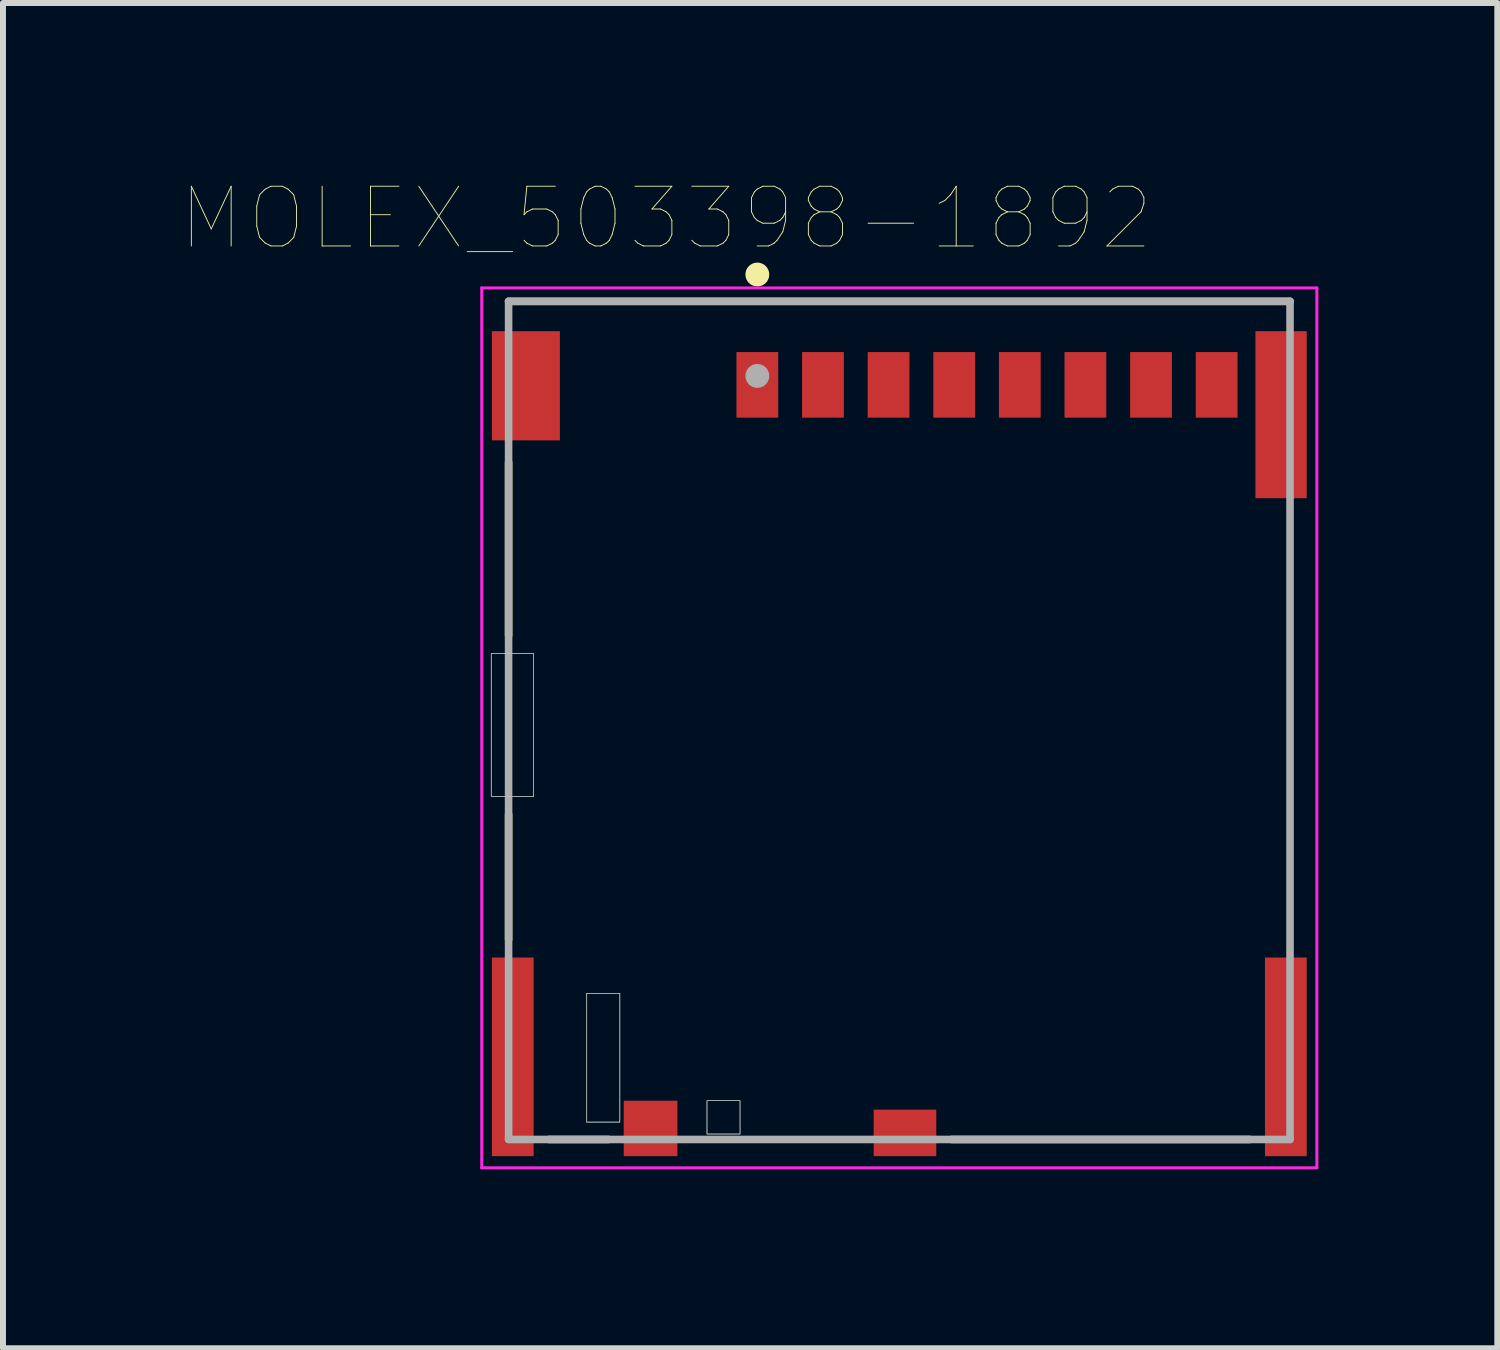
<source format=kicad_pcb>
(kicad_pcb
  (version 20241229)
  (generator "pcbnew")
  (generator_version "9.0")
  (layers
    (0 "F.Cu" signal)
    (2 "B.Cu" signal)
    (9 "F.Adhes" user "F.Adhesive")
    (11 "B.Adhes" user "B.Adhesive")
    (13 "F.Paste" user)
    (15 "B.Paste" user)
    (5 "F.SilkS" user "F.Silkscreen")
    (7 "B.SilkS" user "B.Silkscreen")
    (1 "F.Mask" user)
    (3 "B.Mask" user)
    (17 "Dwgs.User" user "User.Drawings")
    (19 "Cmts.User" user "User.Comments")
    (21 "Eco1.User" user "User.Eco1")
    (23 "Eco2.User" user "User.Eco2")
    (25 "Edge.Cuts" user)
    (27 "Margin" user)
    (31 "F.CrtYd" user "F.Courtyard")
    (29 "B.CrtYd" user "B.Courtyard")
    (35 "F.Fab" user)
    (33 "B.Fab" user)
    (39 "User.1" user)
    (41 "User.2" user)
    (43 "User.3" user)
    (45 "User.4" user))
  (footprint "MOLEX_503398-1892"
    (layer "F.Cu")
    (at 12.026 9.027)
    (property "Reference" "MOLEX_503398-1892" (at -3.908 -8.416 0) (layer "F.SilkS") (effects (font (size 1.001 1.001) (thickness 0.015))))
    (attr through_hole)
    (fp_line (start -6.55 -7.025) (end 6.55 -7.025) (stroke (width 0.127) (type solid)) (layer "F.SilkS"))
    (fp_line (start -6.55 -4.325) (end -6.55 -1.425) (stroke (width 0.127) (type solid)) (layer "F.SilkS"))
    (fp_line (start -6.55 1.575) (end -6.55 3.675) (stroke (width 0.127) (type solid)) (layer "F.SilkS"))
    (fp_line (start -5.876 7.025) (end -4.874 7.025) (stroke (width 0.127) (type solid)) (layer "F.SilkS"))
    (fp_line (start 0.874 7.025) (end 5.876 7.025) (stroke (width 0.127) (type solid)) (layer "F.SilkS"))
    (fp_circle (center -2.38 -7.475) (end -2.28 -7.475) (stroke (width 0.2) (type solid)) (fill no) (layer "F.SilkS"))
    (fp_poly (pts (xy -6.842 -1.125) (xy -6.13 -1.125) (xy -6.13 1.277) (xy -6.842 1.277)) (stroke (width 0.01) (type solid)) (fill no) (layer "Dwgs.User"))
    (fp_poly (pts (xy -6.836 -1.125) (xy -6.13 -1.125) (xy -6.13 1.276) (xy -6.836 1.276)) (stroke (width 0.01) (type solid)) (fill no) (layer "Dwgs.User"))
    (fp_poly (pts (xy -5.245 4.575) (xy -4.685 4.575) (xy -4.685 6.738) (xy -5.245 6.738)) (stroke (width 0.01) (type solid)) (fill no) (layer "Dwgs.User"))
    (fp_poly (pts (xy -5.239 4.575) (xy -4.685 4.575) (xy -4.685 6.73) (xy -5.239 6.73)) (stroke (width 0.01) (type solid)) (fill no) (layer "Dwgs.User"))
    (fp_poly (pts (xy -3.225 6.375) (xy -2.67 6.375) (xy -2.67 6.937) (xy -3.225 6.937)) (stroke (width 0.01) (type solid)) (fill no) (layer "Dwgs.User"))
    (fp_poly (pts (xy -3.223 6.375) (xy -2.67 6.375) (xy -2.67 6.93) (xy -3.223 6.93)) (stroke (width 0.01) (type solid)) (fill no) (layer "Dwgs.User"))
    (fp_poly (pts (xy -3.17 -3.725) (xy -3.17 1.275) (xy -3.82 1.275) (xy -3.82 3.875) (xy 0.57 3.875) (xy 0.57 5.125) (xy -1.73 5.125) (xy -1.73 7.305) (xy -0.43 7.305) (xy -0.43 6.525) (xy 6.13 6.525) (xy 6.13 3.975) (xy 6.83 3.975) (xy 6.83 -3.725)) (stroke (width 0.0001) (type solid)) (fill no) (layer "Dwgs.User"))
    (fp_poly (pts (xy -3.17 -3.725) (xy -3.17 1.275) (xy -3.82 1.275) (xy -3.82 3.875) (xy 0.57 3.875) (xy 0.57 5.125) (xy -1.73 5.125) (xy -1.73 7.305) (xy -0.43 7.305) (xy -0.43 6.525) (xy 6.13 6.525) (xy 6.13 3.975) (xy 6.83 3.975) (xy 6.83 -3.725)) (stroke (width 0.0001) (type solid)) (fill no) (layer "Dwgs.User"))
    (fp_line (start -7 -7.25) (end 7 -7.25) (stroke (width 0.05) (type solid)) (layer "F.CrtYd"))
    (fp_line (start -7 7.5) (end -7 -7.25) (stroke (width 0.05) (type solid)) (layer "F.CrtYd"))
    (fp_line (start 7 -7.25) (end 7 7.5) (stroke (width 0.05) (type solid)) (layer "F.CrtYd"))
    (fp_line (start 7 7.5) (end -7 7.5) (stroke (width 0.05) (type solid)) (layer "F.CrtYd"))
    (fp_line (start -6.55 -7.025) (end 6.55 -7.025) (stroke (width 0.127) (type solid)) (layer "F.Fab"))
    (fp_line (start -6.55 7.025) (end -6.55 -7.025) (stroke (width 0.127) (type solid)) (layer "F.Fab"))
    (fp_line (start 6.55 -7.025) (end 6.55 7.025) (stroke (width 0.127) (type solid)) (layer "F.Fab"))
    (fp_line (start 6.55 7.025) (end -6.55 7.025) (stroke (width 0.127) (type solid)) (layer "F.Fab"))
    (fp_circle (center -2.38 -5.775) (end -2.28 -5.775) (stroke (width 0.2) (type solid)) (fill no) (layer "F.Fab"))
    (pad "1" smd rect (at -2.38 -5.625) (size 0.7 1.1) (layers "F.Cu" "F.Mask" "F.Paste"))
    (pad "2" smd rect (at -1.28 -5.625) (size 0.7 1.1) (layers "F.Cu" "F.Mask" "F.Paste"))
    (pad "3" smd rect (at -0.18 -5.625) (size 0.7 1.1) (layers "F.Cu" "F.Mask" "F.Paste"))
    (pad "4" smd rect (at 0.92 -5.625) (size 0.7 1.1) (layers "F.Cu" "F.Mask" "F.Paste"))
    (pad "5" smd rect (at 2.02 -5.625) (size 0.7 1.1) (layers "F.Cu" "F.Mask" "F.Paste"))
    (pad "6" smd rect (at 3.12 -5.625) (size 0.7 1.1) (layers "F.Cu" "F.Mask" "F.Paste"))
    (pad "7" smd rect (at 4.22 -5.625) (size 0.7 1.1) (layers "F.Cu" "F.Mask" "F.Paste"))
    (pad "8" smd rect (at 5.32 -5.625) (size 0.7 1.1) (layers "F.Cu" "F.Mask" "F.Paste"))
    (pad "9" smd rect (at -4.17 6.84) (size 0.9 0.93) (layers "F.Cu" "F.Mask" "F.Paste"))
    (pad "10" smd rect (at 0.095 6.915) (size 1.05 0.78) (layers "F.Cu" "F.Mask" "F.Paste"))
    (pad "P1" smd rect (at -6.26 -5.61) (size 1.14 1.83) (layers "F.Cu" "F.Mask" "F.Paste"))
    (pad "P2" smd rect (at 6.4 -5.125) (size 0.86 2.8) (layers "F.Cu" "F.Mask" "F.Paste"))
    (pad "P3" smd rect (at -6.48 5.64) (size 0.7 3.33) (layers "F.Cu" "F.Mask" "F.Paste"))
    (pad "P4" smd rect (at 6.48 5.64) (size 0.7 3.33) (layers "F.Cu" "F.Mask" "F.Paste")))
  (gr_rect
    (start -3 -3)
    (end 22.051 19.552)
    (stroke (width 0.1) (type default))
    (fill no)
    (layer "Edge.Cuts")))
</source>
